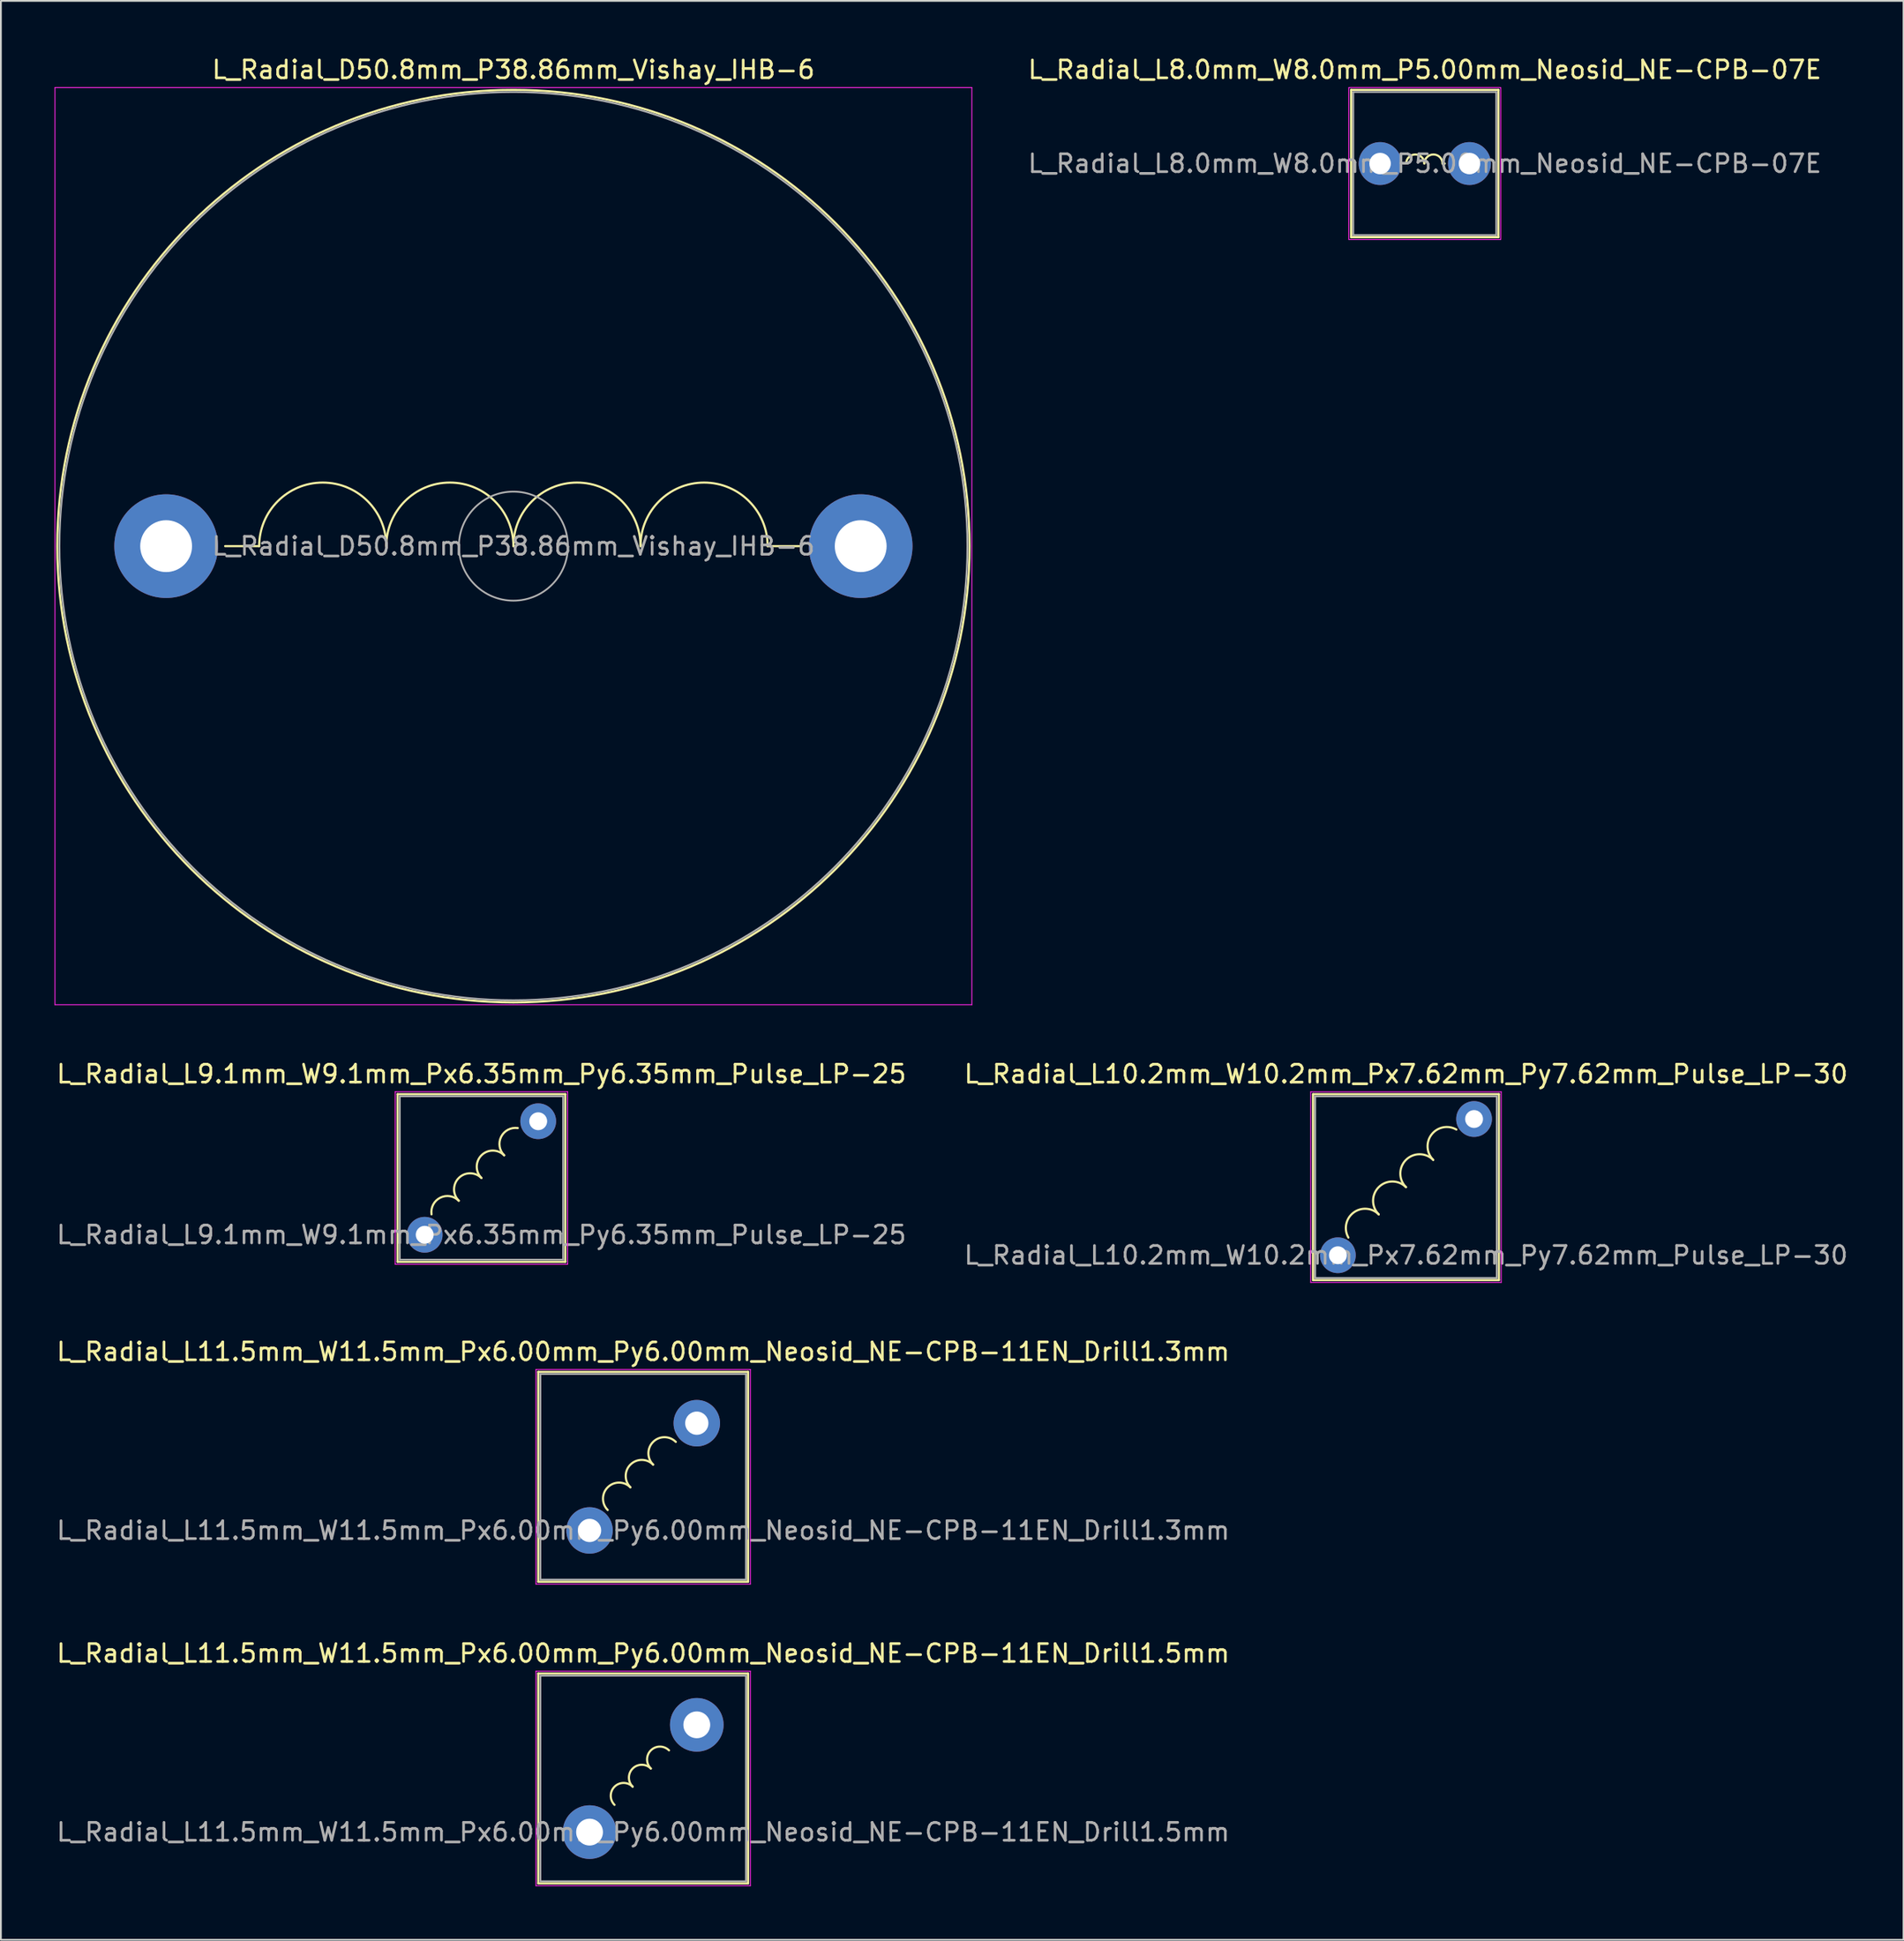
<source format=kicad_pcb>
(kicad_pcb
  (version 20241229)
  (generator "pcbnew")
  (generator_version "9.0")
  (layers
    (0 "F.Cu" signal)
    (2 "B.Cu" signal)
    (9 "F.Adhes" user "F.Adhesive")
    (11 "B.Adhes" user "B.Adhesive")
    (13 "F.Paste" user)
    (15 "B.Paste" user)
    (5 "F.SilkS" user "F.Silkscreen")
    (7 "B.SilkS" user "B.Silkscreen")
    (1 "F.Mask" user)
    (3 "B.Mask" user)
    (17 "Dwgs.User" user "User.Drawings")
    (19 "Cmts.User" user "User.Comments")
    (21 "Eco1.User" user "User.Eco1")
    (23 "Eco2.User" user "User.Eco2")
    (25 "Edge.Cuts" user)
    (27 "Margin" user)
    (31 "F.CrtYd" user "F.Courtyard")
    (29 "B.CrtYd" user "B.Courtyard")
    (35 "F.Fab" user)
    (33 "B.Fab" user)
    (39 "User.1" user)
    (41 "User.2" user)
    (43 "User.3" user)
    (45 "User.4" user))
  (footprint "L_Radial_L11.5mm_W11.5mm_Px6.00mm_Py6.00mm_Neosid_NE-CPB-11EN_Drill1.3mm"
    (layer "F.Cu")
    (at 29.935 82.555)
    (property "Reference" "L_Radial_L11.5mm_W11.5mm_Px6.00mm_Py6.00mm_Neosid_NE-CPB-11EN_Drill1.3mm" (at 3 -10 0) (layer "F.SilkS") (effects (font (size 1 1) (thickness 0.15))))
    (attr through_hole)
    (fp_line (start -2.87 -8.87) (end -2.87 2.87) (stroke (width 0.12) (type solid)) (layer "F.SilkS"))
    (fp_line (start -2.87 -8.87) (end 8.87 -8.87) (stroke (width 0.12) (type solid)) (layer "F.SilkS"))
    (fp_line (start -2.87 2.87) (end 8.87 2.87) (stroke (width 0.12) (type solid)) (layer "F.SilkS"))
    (fp_line (start 8.87 -8.87) (end 8.87 2.87) (stroke (width 0.12) (type solid)) (layer "F.SilkS"))
    (fp_arc (start 1.016 -1.143) (mid 1.016 -2.412998) (end 2.285998 -2.412998) (stroke (width 0.12) (type solid)) (layer "F.SilkS"))
    (fp_arc (start 2.286 -2.413) (mid 2.286 -3.682998) (end 3.555998 -3.682998) (stroke (width 0.12) (type solid)) (layer "F.SilkS"))
    (fp_arc (start 3.556 -3.683) (mid 3.556 -4.952998) (end 4.825998 -4.952998) (stroke (width 0.12) (type solid)) (layer "F.SilkS"))
    (fp_line (start -3 -9) (end -3 3) (stroke (width 0.05) (type solid)) (layer "F.CrtYd"))
    (fp_line (start -3 3) (end 9 3) (stroke (width 0.05) (type solid)) (layer "F.CrtYd"))
    (fp_line (start 9 -9) (end -3 -9) (stroke (width 0.05) (type solid)) (layer "F.CrtYd"))
    (fp_line (start 9 3) (end 9 -9) (stroke (width 0.05) (type solid)) (layer "F.CrtYd"))
    (fp_line (start -2.75 -8.75) (end -2.75 2.75) (stroke (width 0.1) (type solid)) (layer "F.Fab"))
    (fp_line (start -2.75 2.75) (end 8.75 2.75) (stroke (width 0.1) (type solid)) (layer "F.Fab"))
    (fp_line (start 8.75 -8.75) (end -2.75 -8.75) (stroke (width 0.1) (type solid)) (layer "F.Fab"))
    (fp_line (start 8.75 2.75) (end 8.75 -8.75) (stroke (width 0.1) (type solid)) (layer "F.Fab"))
    (fp_text user "${REFERENCE}" (at 3 0 0) (layer "F.Fab") (effects (font (size 1 1) (thickness 0.15))))
    (pad "1" thru_hole circle (at 0 0) (size 2.6 2.6) (drill 1.3) (layers "*.Cu" "*.Mask"))
    (pad "2" thru_hole circle (at 6 -6) (size 2.6 2.6) (drill 1.3) (layers "*.Cu" "*.Mask")))
  (footprint "L_Radial_L10.2mm_W10.2mm_Px7.62mm_Py7.62mm_Pulse_LP-30"
    (layer "F.Cu")
    (at 71.803 67.162)
    (property "Reference" "L_Radial_L10.2mm_W10.2mm_Px7.62mm_Py7.62mm_Pulse_LP-30" (at 3.81 -10.14 0) (layer "F.SilkS") (effects (font (size 1 1) (thickness 0.15))))
    (attr through_hole)
    (fp_line (start -1.39 -9.01) (end -1.39 1.39) (stroke (width 0.12) (type solid)) (layer "F.SilkS"))
    (fp_line (start -1.39 -9.01) (end 9.01 -9.01) (stroke (width 0.12) (type solid)) (layer "F.SilkS"))
    (fp_line (start -1.39 1.39) (end 9.01 1.39) (stroke (width 0.12) (type solid)) (layer "F.SilkS"))
    (fp_line (start 9.01 -9.01) (end 9.01 1.39) (stroke (width 0.12) (type solid)) (layer "F.SilkS"))
    (fp_arc (start 0.588353 -0.989345) (mid 0.869884 -2.380402) (end 2.286001 -2.286001) (stroke (width 0.12) (type solid)) (layer "F.SilkS"))
    (fp_arc (start 2.285999 -2.285999) (mid 2.285999 -3.810001) (end 3.810001 -3.810001) (stroke (width 0.12) (type solid)) (layer "F.SilkS"))
    (fp_arc (start 3.809999 -3.809999) (mid 3.809999 -5.334001) (end 5.334001 -5.334001) (stroke (width 0.12) (type solid)) (layer "F.SilkS"))
    (fp_arc (start 5.334001 -5.334001) (mid 5.239601 -6.750114) (end 6.630654 -7.031644) (stroke (width 0.12) (type solid)) (layer "F.SilkS"))
    (fp_line (start -1.52 -9.14) (end -1.52 1.52) (stroke (width 0.05) (type solid)) (layer "F.CrtYd"))
    (fp_line (start -1.52 1.52) (end 9.14 1.52) (stroke (width 0.05) (type solid)) (layer "F.CrtYd"))
    (fp_line (start 9.14 -9.14) (end -1.52 -9.14) (stroke (width 0.05) (type solid)) (layer "F.CrtYd"))
    (fp_line (start 9.14 1.52) (end 9.14 -9.14) (stroke (width 0.05) (type solid)) (layer "F.CrtYd"))
    (fp_line (start -1.27 -8.89) (end -1.27 1.27) (stroke (width 0.1) (type solid)) (layer "F.Fab"))
    (fp_line (start -1.27 1.27) (end 8.89 1.27) (stroke (width 0.1) (type solid)) (layer "F.Fab"))
    (fp_line (start 8.89 -8.89) (end -1.27 -8.89) (stroke (width 0.1) (type solid)) (layer "F.Fab"))
    (fp_line (start 8.89 1.27) (end 8.89 -8.89) (stroke (width 0.1) (type solid)) (layer "F.Fab"))
    (fp_text user "${REFERENCE}" (at 3.81 0 0) (layer "F.Fab") (effects (font (size 1 1) (thickness 0.15))))
    (pad "1" thru_hole circle (at 0 0) (size 2 2) (drill 1) (layers "*.Cu" "*.Mask"))
    (pad "2" thru_hole circle (at 7.62 -7.62) (size 2 2) (drill 1) (layers "*.Cu" "*.Mask")))
  (footprint "L_Radial_L9.1mm_W9.1mm_Px6.35mm_Py6.35mm_Pulse_LP-25"
    (layer "F.Cu")
    (at 20.712 66.016)
    (property "Reference" "L_Radial_L9.1mm_W9.1mm_Px6.35mm_Py6.35mm_Pulse_LP-25" (at 3.175 -8.995 0) (layer "F.SilkS") (effects (font (size 1 1) (thickness 0.15))))
    (attr through_hole)
    (fp_line (start -1.515 -7.865) (end -1.515 1.515) (stroke (width 0.12) (type solid)) (layer "F.SilkS"))
    (fp_line (start -1.515 -7.865) (end 7.865 -7.865) (stroke (width 0.12) (type solid)) (layer "F.SilkS"))
    (fp_line (start -1.515 1.515) (end 7.865 1.515) (stroke (width 0.12) (type solid)) (layer "F.SilkS"))
    (fp_line (start 7.865 -7.865) (end 7.865 1.515) (stroke (width 0.12) (type solid)) (layer "F.SilkS"))
    (fp_arc (start 0.381001 -1.143) (mid 0.868391 -2.073218) (end 1.904999 -1.904999) (stroke (width 0.12) (type solid)) (layer "F.SilkS"))
    (fp_arc (start 1.905001 -1.905001) (mid 1.905001 -3.174999) (end 3.174999 -3.174999) (stroke (width 0.12) (type solid)) (layer "F.SilkS"))
    (fp_arc (start 3.175001 -3.175001) (mid 3.175001 -4.444999) (end 4.444999 -4.444999) (stroke (width 0.12) (type solid)) (layer "F.SilkS"))
    (fp_arc (start 4.445001 -4.445001) (mid 4.276783 -5.481609) (end 5.207 -5.968999) (stroke (width 0.12) (type solid)) (layer "F.SilkS"))
    (fp_line (start -1.65 -8) (end -1.65 1.65) (stroke (width 0.05) (type solid)) (layer "F.CrtYd"))
    (fp_line (start -1.65 1.65) (end 8 1.65) (stroke (width 0.05) (type solid)) (layer "F.CrtYd"))
    (fp_line (start 8 -8) (end -1.65 -8) (stroke (width 0.05) (type solid)) (layer "F.CrtYd"))
    (fp_line (start 8 1.65) (end 8 -8) (stroke (width 0.05) (type solid)) (layer "F.CrtYd"))
    (fp_line (start -1.395 -7.745) (end -1.395 1.395) (stroke (width 0.1) (type solid)) (layer "F.Fab"))
    (fp_line (start -1.395 1.395) (end 7.745 1.395) (stroke (width 0.1) (type solid)) (layer "F.Fab"))
    (fp_line (start 7.745 -7.745) (end -1.395 -7.745) (stroke (width 0.1) (type solid)) (layer "F.Fab"))
    (fp_line (start 7.745 1.395) (end 7.745 -7.745) (stroke (width 0.1) (type solid)) (layer "F.Fab"))
    (fp_text user "${REFERENCE}" (at 3.175 0 0) (layer "F.Fab") (effects (font (size 1 1) (thickness 0.15))))
    (pad "1" thru_hole circle (at 0 0) (size 2 2) (drill 1) (layers "*.Cu" "*.Mask"))
    (pad "2" thru_hole circle (at 6.35 -6.35) (size 2 2) (drill 1) (layers "*.Cu" "*.Mask")))
  (footprint "L_Radial_D50.8mm_P38.86mm_Vishay_IHB-6"
    (layer "F.Cu")
    (at 6.245 27.498)
    (property "Reference" "L_Radial_D50.8mm_P38.86mm_Vishay_IHB-6" (at 19.43 -26.65 0) (layer "F.SilkS") (effects (font (size 1 1) (thickness 0.15))))
    (attr through_hole)
    (fp_line (start 5.206 0) (end 3.302 0) (stroke (width 0.12) (type solid)) (layer "F.SilkS"))
    (fp_line (start 33.654 0) (end 35.56 0) (stroke (width 0.12) (type solid)) (layer "F.SilkS"))
    (fp_arc (start 5.206 0) (mid 8.762 -3.556) (end 12.318 0) (stroke (width 0.12) (type solid)) (layer "F.SilkS"))
    (fp_arc (start 12.318 0) (mid 15.874 -3.556) (end 19.43 0) (stroke (width 0.12) (type solid)) (layer "F.SilkS"))
    (fp_arc (start 19.43 0) (mid 22.986 -3.556) (end 26.542 0) (stroke (width 0.12) (type solid)) (layer "F.SilkS"))
    (fp_arc (start 26.542 0) (mid 30.098 -3.556) (end 33.654 0) (stroke (width 0.12) (type solid)) (layer "F.SilkS"))
    (fp_circle (center 19.43 0) (end 44.95 0) (stroke (width 0.12) (type solid)) (fill no) (layer "F.SilkS"))
    (fp_line (start -6.22 -25.65) (end -6.22 25.65) (stroke (width 0.05) (type solid)) (layer "F.CrtYd"))
    (fp_line (start -6.22 25.65) (end 45.08 25.65) (stroke (width 0.05) (type solid)) (layer "F.CrtYd"))
    (fp_line (start 45.08 -25.65) (end -6.22 -25.65) (stroke (width 0.05) (type solid)) (layer "F.CrtYd"))
    (fp_line (start 45.08 25.65) (end 45.08 -25.65) (stroke (width 0.05) (type solid)) (layer "F.CrtYd"))
    (fp_circle (center 19.43 0) (end 22.48 0) (stroke (width 0.1) (type solid)) (fill no) (layer "F.Fab"))
    (fp_circle (center 19.43 0) (end 44.83 0) (stroke (width 0.1) (type solid)) (fill no) (layer "F.Fab"))
    (fp_text user "${REFERENCE}" (at 19.43 0 0) (layer "F.Fab") (effects (font (size 1 1) (thickness 0.15))))
    (pad "1" thru_hole circle (at 0 0) (size 5.8 5.8) (drill 2.9) (layers "*.Cu" "*.Mask"))
    (pad "2" thru_hole circle (at 38.86 0) (size 5.8 5.8) (drill 2.9) (layers "*.Cu" "*.Mask")))
  (footprint "L_Radial_L11.5mm_W11.5mm_Px6.00mm_Py6.00mm_Neosid_NE-CPB-11EN_Drill1.5mm"
    (layer "F.Cu")
    (at 29.935 99.428)
    (property "Reference" "L_Radial_L11.5mm_W11.5mm_Px6.00mm_Py6.00mm_Neosid_NE-CPB-11EN_Drill1.5mm" (at 3 -10 0) (layer "F.SilkS") (effects (font (size 1 1) (thickness 0.15))))
    (attr through_hole)
    (fp_line (start -2.87 -8.87) (end -2.87 2.87) (stroke (width 0.12) (type solid)) (layer "F.SilkS"))
    (fp_line (start -2.87 -8.87) (end 8.87 -8.87) (stroke (width 0.12) (type solid)) (layer "F.SilkS"))
    (fp_line (start -2.87 2.87) (end 8.87 2.87) (stroke (width 0.12) (type solid)) (layer "F.SilkS"))
    (fp_line (start 8.87 -8.87) (end 8.87 2.87) (stroke (width 0.12) (type solid)) (layer "F.SilkS"))
    (fp_arc (start 1.396996 -1.523996) (mid 1.396996 -2.539998) (end 2.412998 -2.539998) (stroke (width 0.12) (type solid)) (layer "F.SilkS"))
    (fp_arc (start 2.412998 -2.539998) (mid 2.412998 -3.556) (end 3.429 -3.556) (stroke (width 0.12) (type solid)) (layer "F.SilkS"))
    (fp_arc (start 3.429 -3.556) (mid 3.429 -4.571998) (end 4.444998 -4.571998) (stroke (width 0.12) (type solid)) (layer "F.SilkS"))
    (fp_line (start -3 -9) (end -3 3) (stroke (width 0.05) (type solid)) (layer "F.CrtYd"))
    (fp_line (start -3 3) (end 9 3) (stroke (width 0.05) (type solid)) (layer "F.CrtYd"))
    (fp_line (start 9 -9) (end -3 -9) (stroke (width 0.05) (type solid)) (layer "F.CrtYd"))
    (fp_line (start 9 3) (end 9 -9) (stroke (width 0.05) (type solid)) (layer "F.CrtYd"))
    (fp_line (start -2.75 -8.75) (end -2.75 2.75) (stroke (width 0.1) (type solid)) (layer "F.Fab"))
    (fp_line (start -2.75 2.75) (end 8.75 2.75) (stroke (width 0.1) (type solid)) (layer "F.Fab"))
    (fp_line (start 8.75 -8.75) (end -2.75 -8.75) (stroke (width 0.1) (type solid)) (layer "F.Fab"))
    (fp_line (start 8.75 2.75) (end 8.75 -8.75) (stroke (width 0.1) (type solid)) (layer "F.Fab"))
    (fp_text user "${REFERENCE}" (at 3 0 0) (layer "F.Fab") (effects (font (size 1 1) (thickness 0.15))))
    (pad "1" thru_hole circle (at 0 0) (size 3 3) (drill 1.5) (layers "*.Cu" "*.Mask"))
    (pad "2" thru_hole circle (at 6 -6) (size 3 3) (drill 1.5) (layers "*.Cu" "*.Mask")))
  (footprint "L_Radial_L8.0mm_W8.0mm_P5.00mm_Neosid_NE-CPB-07E"
    (layer "F.Cu")
    (at 74.165 6.098)
    (property "Reference" "L_Radial_L8.0mm_W8.0mm_P5.00mm_Neosid_NE-CPB-07E" (at 2.5 -5.25 0) (layer "F.SilkS") (effects (font (size 1 1) (thickness 0.15))))
    (attr through_hole)
    (fp_line (start -1.62 -4.12) (end -1.62 4.12) (stroke (width 0.12) (type solid)) (layer "F.SilkS"))
    (fp_line (start -1.62 -4.12) (end 6.62 -4.12) (stroke (width 0.12) (type solid)) (layer "F.SilkS"))
    (fp_line (start -1.62 4.12) (end 6.62 4.12) (stroke (width 0.12) (type solid)) (layer "F.SilkS"))
    (fp_line (start 1.46 0) (end 1.333 0) (stroke (width 0.12) (type solid)) (layer "F.SilkS"))
    (fp_line (start 3.493 0) (end 3.619 0) (stroke (width 0.12) (type solid)) (layer "F.SilkS"))
    (fp_line (start 6.62 -4.12) (end 6.62 4.12) (stroke (width 0.12) (type solid)) (layer "F.SilkS"))
    (fp_arc (start 1.4605 0) (mid 1.9685 -0.508) (end 2.4765 0) (stroke (width 0.12) (type solid)) (layer "F.SilkS"))
    (fp_arc (start 2.4765 0) (mid 2.9845 -0.508) (end 3.4925 0) (stroke (width 0.12) (type solid)) (layer "F.SilkS"))
    (fp_line (start -1.75 -4.25) (end -1.75 4.25) (stroke (width 0.05) (type solid)) (layer "F.CrtYd"))
    (fp_line (start -1.75 4.25) (end 6.75 4.25) (stroke (width 0.05) (type solid)) (layer "F.CrtYd"))
    (fp_line (start 6.75 -4.25) (end -1.75 -4.25) (stroke (width 0.05) (type solid)) (layer "F.CrtYd"))
    (fp_line (start 6.75 4.25) (end 6.75 -4.25) (stroke (width 0.05) (type solid)) (layer "F.CrtYd"))
    (fp_line (start -1.5 -4) (end -1.5 4) (stroke (width 0.1) (type solid)) (layer "F.Fab"))
    (fp_line (start -1.5 4) (end 6.5 4) (stroke (width 0.1) (type solid)) (layer "F.Fab"))
    (fp_line (start 6.5 -4) (end -1.5 -4) (stroke (width 0.1) (type solid)) (layer "F.Fab"))
    (fp_line (start 6.5 4) (end 6.5 -4) (stroke (width 0.1) (type solid)) (layer "F.Fab"))
    (fp_text user "${REFERENCE}" (at 2.5 0 0) (layer "F.Fab") (effects (font (size 1 1) (thickness 0.15))))
    (pad "1" thru_hole circle (at 0 0) (size 2.4 2.4) (drill 1.2) (layers "*.Cu" "*.Mask"))
    (pad "2" thru_hole circle (at 5 0) (size 2.4 2.4) (drill 1.2) (layers "*.Cu" "*.Mask")))
  (gr_rect
    (start -3 -3)
    (end 103.452 105.453)
    (stroke (width 0.1) (type default))
    (fill no)
    (layer "Edge.Cuts")))
</source>
